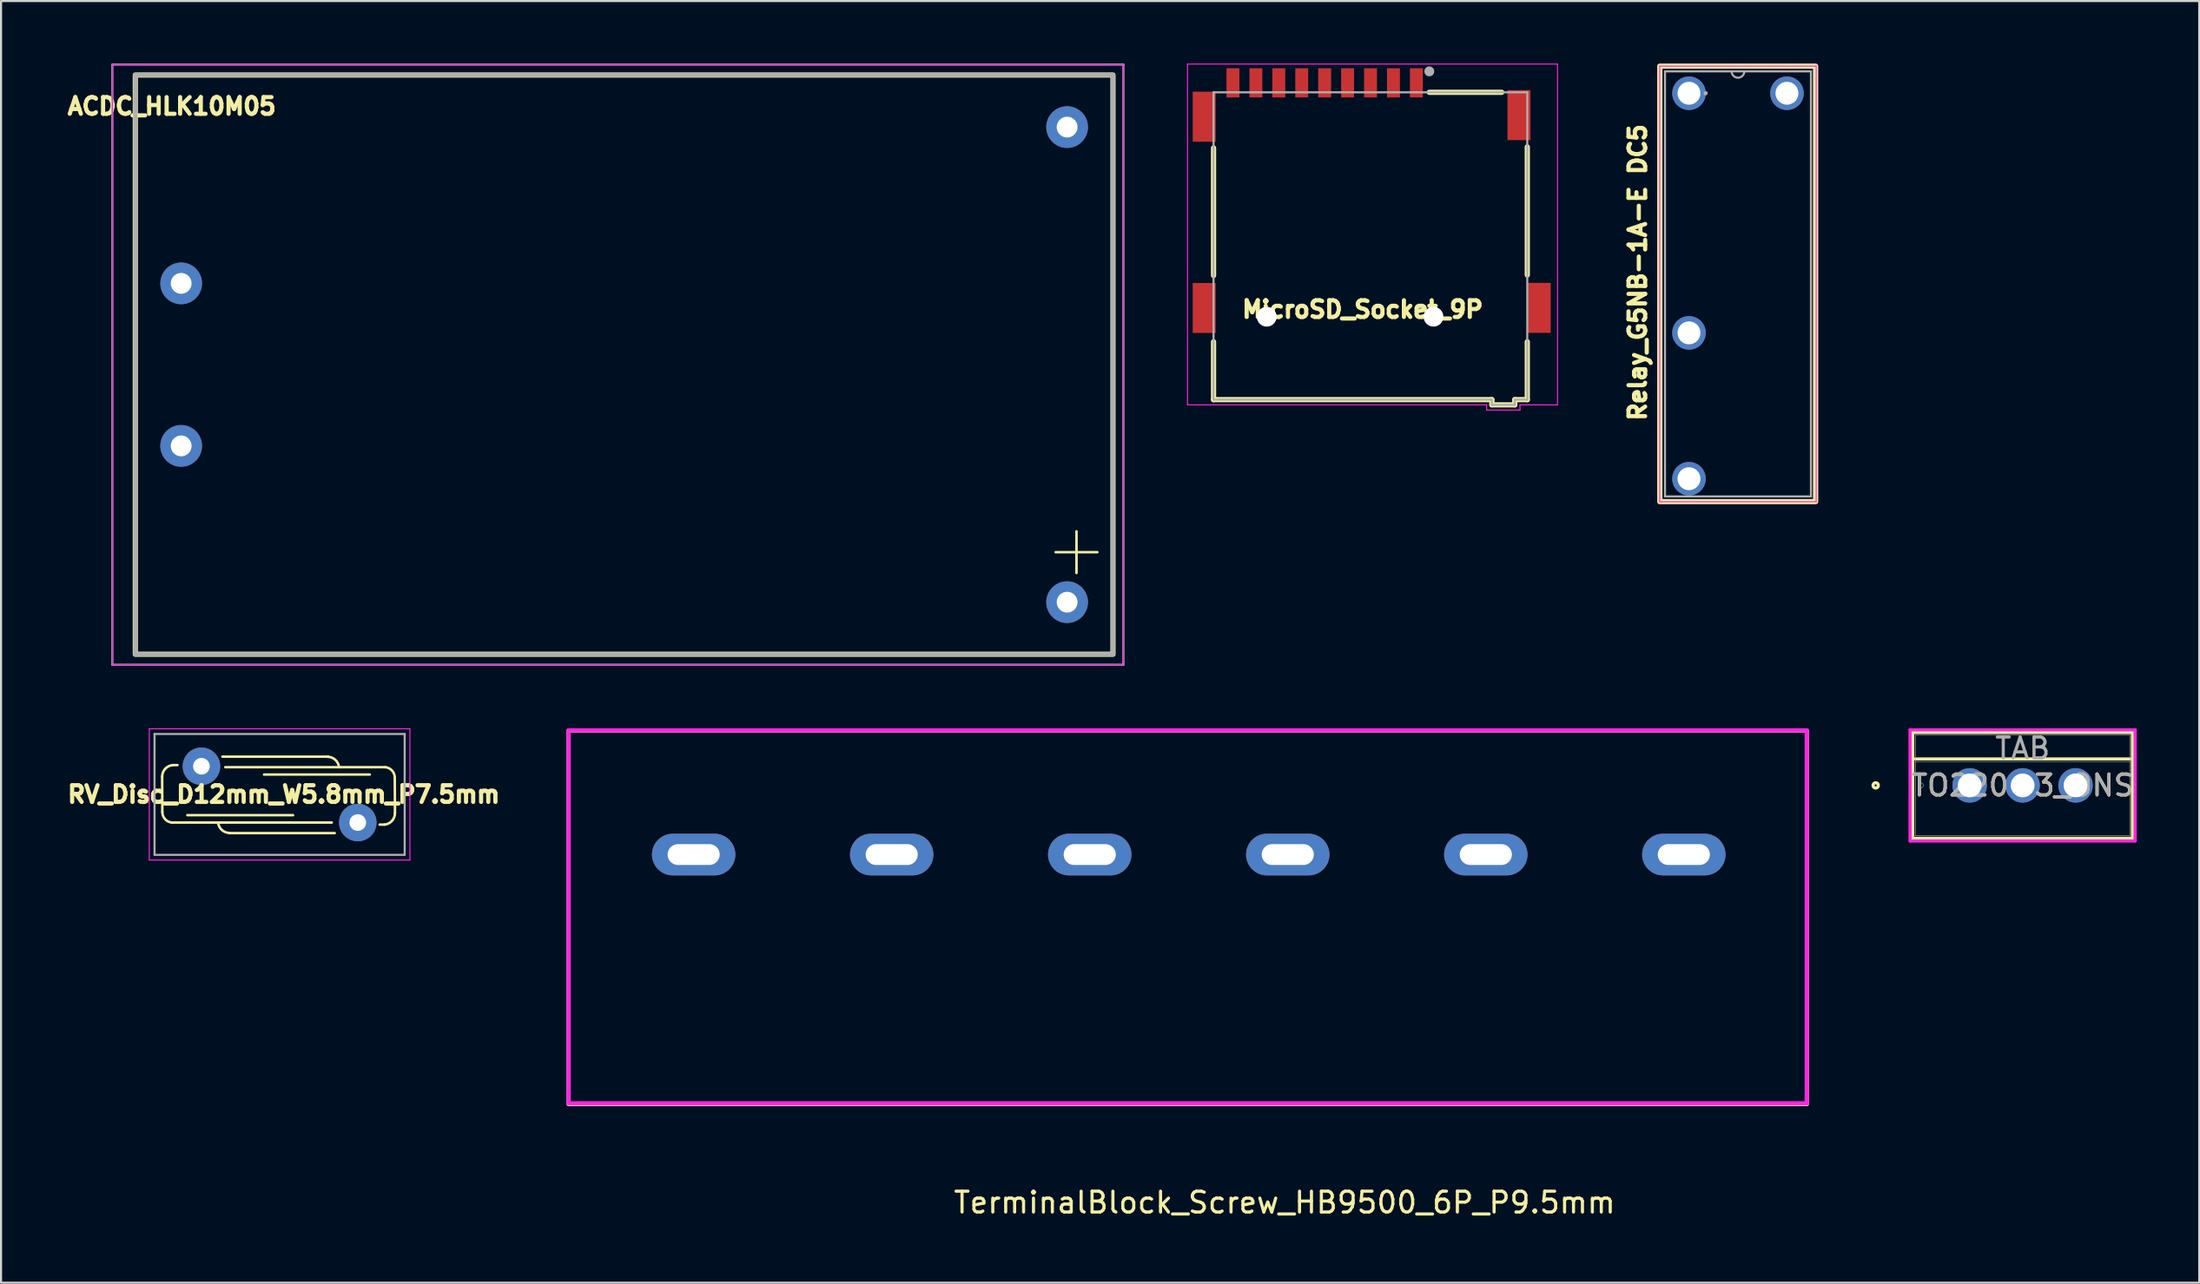
<source format=kicad_pcb>
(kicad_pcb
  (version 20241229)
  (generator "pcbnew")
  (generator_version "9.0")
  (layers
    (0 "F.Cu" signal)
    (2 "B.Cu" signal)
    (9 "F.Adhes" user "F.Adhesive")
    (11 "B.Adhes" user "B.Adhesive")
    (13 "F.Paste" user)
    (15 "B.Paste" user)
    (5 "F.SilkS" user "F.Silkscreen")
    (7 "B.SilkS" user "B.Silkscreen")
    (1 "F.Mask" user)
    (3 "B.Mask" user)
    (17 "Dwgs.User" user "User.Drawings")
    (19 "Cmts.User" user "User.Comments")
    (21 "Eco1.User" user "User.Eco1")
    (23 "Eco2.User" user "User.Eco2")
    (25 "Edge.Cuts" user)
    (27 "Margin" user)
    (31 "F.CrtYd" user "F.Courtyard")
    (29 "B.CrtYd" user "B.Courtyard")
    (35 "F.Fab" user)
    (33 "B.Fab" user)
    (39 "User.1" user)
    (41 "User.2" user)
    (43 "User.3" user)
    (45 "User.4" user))
  (footprint "ACDC_HLK10M05"
    (layer "F.Cu")
    (at 26.591 14.45)
    (property "Reference" "ACDC_HLK10M05" (at -21.4 -12.4 0) (layer "F.SilkS") (effects (font (size 0.8 0.8) (thickness 0.2))))
    (attr through_hole)
    (fp_line (start -23.15 -13.9) (end 23.75 -13.9) (stroke (width 0.1) (type solid)) (layer "F.SilkS"))
    (fp_line (start -23.15 13.9) (end -23.15 -13.9) (stroke (width 0.1) (type solid)) (layer "F.SilkS"))
    (fp_line (start 21 9) (end 23 9) (stroke (width 0.12) (type default)) (layer "F.SilkS"))
    (fp_line (start 22 8) (end 22 10) (stroke (width 0.12) (type default)) (layer "F.SilkS"))
    (fp_line (start 23.75 -13.9) (end 23.75 13.9) (stroke (width 0.1) (type solid)) (layer "F.SilkS"))
    (fp_line (start 23.75 13.9) (end -23.15 13.9) (stroke (width 0.1) (type solid)) (layer "F.SilkS"))
    (fp_rect (start -23.15 -13.9) (end 23.75 13.9) (stroke (width 0.25) (type default)) (fill no) (layer "F.SilkS"))
    (fp_rect (start -24.25 -14.4) (end 24.25 14.4) (stroke (width 0.05) (type default)) (fill no) (layer "F.CrtYd"))
    (fp_line (start -24.25 -14.4) (end 24.25 -14.4) (stroke (width 0.1) (type solid)) (layer "F.Fab"))
    (fp_line (start -24.25 14.4) (end -24.25 -14.4) (stroke (width 0.1) (type solid)) (layer "F.Fab"))
    (fp_line (start -23.15 -13.9) (end 23.75 -13.9) (stroke (width 0.2) (type solid)) (layer "F.Fab"))
    (fp_line (start -23.15 13.9) (end -23.15 -13.9) (stroke (width 0.2) (type solid)) (layer "F.Fab"))
    (fp_line (start 23.75 -13.9) (end 23.75 13.9) (stroke (width 0.2) (type solid)) (layer "F.Fab"))
    (fp_line (start 23.75 13.9) (end -23.15 13.9) (stroke (width 0.2) (type solid)) (layer "F.Fab"))
    (fp_line (start 24.25 -14.4) (end 24.25 14.4) (stroke (width 0.1) (type solid)) (layer "F.Fab"))
    (fp_line (start 24.25 14.4) (end -24.25 14.4) (stroke (width 0.1) (type solid)) (layer "F.Fab"))
    (pad "1" thru_hole circle (at -20.95 -3.9) (size 2 2) (drill 1) (layers "*.Cu" "*.Mask"))
    (pad "2" thru_hole circle (at -20.95 3.9) (size 2 2) (drill 1) (layers "*.Cu" "*.Mask"))
    (pad "3" thru_hole circle (at 21.55 -11.4) (size 2 2) (drill 1) (layers "*.Cu" "*.Mask"))
    (pad "4" thru_hole circle (at 21.55 11.4) (size 2 2) (drill 1) (layers "*.Cu" "*.Mask")))
  (footprint "TerminalBlock_Screw_HB9500_6P_P9.5mm"
    (layer "F.Cu")
    (at 53.976 43.15)
    (property "Reference" "TerminalBlock_Screw_HB9500_6P_P9.5mm" (at 4.6 11.512 0) (layer "F.SilkS") (effects (font (size 1 1) (thickness 0.15))))
    (attr through_hole)
    (fp_rect (start -29.75 -11.137) (end 29.65 6.787) (stroke (width 0.2) (type solid)) (fill no) (layer "F.SilkS"))
    (fp_rect (start -29.75 -11.15) (end 29.65 6.75) (stroke (width 0.2) (type solid)) (fill no) (layer "F.CrtYd"))
    (pad "1" thru_hole oval (at -23.75 -5.188) (size 4 2) (drill oval 2.5 1) (layers "*.Cu" "*.Mask"))
    (pad "2" thru_hole oval (at -14.25 -5.188) (size 4 2) (drill oval 2.5 1) (layers "*.Cu" "*.Mask"))
    (pad "3" thru_hole oval (at -4.75 -5.188) (size 4 2) (drill oval 2.5 1) (layers "*.Cu" "*.Mask"))
    (pad "4" thru_hole oval (at 4.75 -5.188) (size 4 2) (drill oval 2.5 1) (layers "*.Cu" "*.Mask"))
    (pad "5" thru_hole oval (at 14.25 -5.188) (size 4 2) (drill oval 2.5 1) (layers "*.Cu" "*.Mask"))
    (pad "6" thru_hole oval (at 23.75 -5.188) (size 4 2) (drill oval 2.5 1) (layers "*.Cu" "*.Mask")))
  (footprint "TO220-3_ONS"
    (layer "F.Cu")
    (at 91.437 34.643)
    (property "Reference" "TO220-3_ONS" (at 2.54 0 0) (unlocked yes) (layer "F.SilkS") (effects (font (size 1 1) (thickness 0.15))))
    (attr through_hole)
    (fp_line (start -2.731 -2.54) (end -2.731 2.54) (stroke (width 0.152) (type solid)) (layer "F.SilkS"))
    (fp_line (start -2.731 2.54) (end 7.811 2.54) (stroke (width 0.152) (type solid)) (layer "F.SilkS"))
    (fp_line (start -2.603 -1.27) (end 7.684 -1.27) (stroke (width 0.152) (type solid)) (layer "F.SilkS"))
    (fp_line (start 7.811 -2.54) (end -2.731 -2.54) (stroke (width 0.152) (type solid)) (layer "F.SilkS"))
    (fp_line (start 7.811 2.54) (end 7.811 -2.54) (stroke (width 0.152) (type solid)) (layer "F.SilkS"))
    (fp_circle (center -4.508 0) (end -4.381 0) (stroke (width 0.152) (type solid)) (fill no) (layer "F.SilkS"))
    (fp_line (start -2.857 -2.667) (end -2.857 2.667) (stroke (width 0.152) (type solid)) (layer "F.CrtYd"))
    (fp_line (start -2.857 2.667) (end 7.938 2.667) (stroke (width 0.152) (type solid)) (layer "F.CrtYd"))
    (fp_line (start 7.938 -2.667) (end -2.857 -2.667) (stroke (width 0.152) (type solid)) (layer "F.CrtYd"))
    (fp_line (start 7.938 2.667) (end 7.938 -2.667) (stroke (width 0.152) (type solid)) (layer "F.CrtYd"))
    (fp_line (start -2.603 -2.413) (end -2.603 2.413) (stroke (width 0.025) (type solid)) (layer "F.Fab"))
    (fp_line (start -2.603 -1.143) (end 7.684 -1.143) (stroke (width 0.025) (type solid)) (layer "F.Fab"))
    (fp_line (start -2.603 2.413) (end 7.684 2.413) (stroke (width 0.025) (type solid)) (layer "F.Fab"))
    (fp_line (start 7.684 -2.413) (end -2.603 -2.413) (stroke (width 0.025) (type solid)) (layer "F.Fab"))
    (fp_line (start 7.684 2.413) (end 7.684 -2.413) (stroke (width 0.025) (type solid)) (layer "F.Fab"))
    (fp_circle (center -2.349 0) (end -2.223 0) (stroke (width 0.025) (type solid)) (fill no) (layer "F.Fab"))
    (fp_text user "TAB" (at 2.54 -1.778 0) (unlocked yes) (layer "F.Fab") (effects (font (size 1 1) (thickness 0.15))))
    (fp_text user "${REFERENCE}" (at 2.54 0 0) (unlocked yes) (layer "F.Fab") (effects (font (size 1 1) (thickness 0.15))))
    (pad "1" thru_hole circle (at 0 0) (size 1.651 1.651) (drill 1.143) (layers "*.Cu" "*.Mask"))
    (pad "2" thru_hole circle (at 2.54 0) (size 1.651 1.651) (drill 1.143) (layers "*.Cu" "*.Mask"))
    (pad "3" thru_hole circle (at 5.08 0) (size 1.651 1.651) (drill 1.143) (layers "*.Cu" "*.Mask")))
  (footprint "Relay_G5NB-1A-E DC5"
    (layer "F.Cu")
    (at 82.673 19.725)
    (property "Reference" "Relay_G5NB-1A-E DC5" (at -7.162 -9.7 90) (layer "F.SilkS") (effects (font (size 0.8 0.8) (thickness 0.2))))
    (attr through_hole)
    (fp_rect (start -6.1 -19.6) (end 1.375 1.3) (stroke (width 0.25) (type solid)) (fill no) (layer "F.SilkS"))
    (fp_line (start -6.104 -19.604) (end 1.404 -19.604) (stroke (width 0.05) (type solid)) (layer "F.CrtYd"))
    (fp_line (start -6.104 1.304) (end -6.104 -19.604) (stroke (width 0.05) (type solid)) (layer "F.CrtYd"))
    (fp_line (start 1.404 -19.604) (end 1.404 1.304) (stroke (width 0.05) (type solid)) (layer "F.CrtYd"))
    (fp_line (start 1.404 1.304) (end -6.104 1.304) (stroke (width 0.05) (type solid)) (layer "F.CrtYd"))
    (fp_line (start -5.85 -19.35) (end -5.85 1.05) (stroke (width 0.1) (type solid)) (layer "F.Fab"))
    (fp_line (start -5.85 1.05) (end 1.15 1.05) (stroke (width 0.1) (type solid)) (layer "F.Fab"))
    (fp_line (start 1.15 -19.35) (end -5.85 -19.35) (stroke (width 0.1) (type solid)) (layer "F.Fab"))
    (fp_line (start 1.15 1.05) (end 1.15 -19.35) (stroke (width 0.1) (type solid)) (layer "F.Fab"))
    (fp_arc (start -2.0452 -19.35) (mid -2.35 -19.0452) (end -2.6548 -19.35) (stroke (width 0.1) (type solid)) (layer "F.Fab"))
    (fp_circle (center -3.9 -18.3) (end -3.9 -18.3) (stroke (width 0.1) (type solid)) (fill no) (layer "F.Fab"))
    (pad "1" thru_hole circle (at -4.7 -18.3) (size 1.608 1.608) (drill 1.1) (layers "*.Cu" "*.Mask"))
    (pad "2" thru_hole circle (at -4.7 -6.8) (size 1.608 1.608) (drill 1.1) (layers "*.Cu" "*.Mask"))
    (pad "3" thru_hole circle (at -4.7 0.2) (size 1.608 1.608) (drill 1.1) (layers "*.Cu" "*.Mask"))
    (pad "4" thru_hole circle (at 0 -18.3) (size 1.608 1.608) (drill 1.1) (layers "*.Cu" "*.Mask")))
  (footprint "MicroSD_Socket_9P"
    (layer "F.Cu")
    (at 62.316 12.15)
    (property "Reference" "MicroSD_Socket_9P" (at 0 -0.35 0) (layer "F.SilkS") (effects (font (size 0.8 0.8) (thickness 0.3))))
    (attr smd)
    (fp_line (start -7.15 -1.975) (end -7.15 -8.1) (stroke (width 0.25) (type solid)) (layer "F.SilkS"))
    (fp_line (start -7.15 3.98) (end -7.15 1.2) (stroke (width 0.25) (type solid)) (layer "F.SilkS"))
    (fp_line (start -7.15 3.98) (end 6.2 3.98) (stroke (width 0.25) (type solid)) (layer "F.SilkS"))
    (fp_line (start 3.2 -10.77) (end 6.675 -10.77) (stroke (width 0.25) (type solid)) (layer "F.SilkS"))
    (fp_line (start 6.2 3.98) (end 6.2 4.23) (stroke (width 0.25) (type solid)) (layer "F.SilkS"))
    (fp_line (start 6.2 4.23) (end 7.3 4.23) (stroke (width 0.25) (type solid)) (layer "F.SilkS"))
    (fp_line (start 7.3 3.98) (end 7.9 3.98) (stroke (width 0.25) (type solid)) (layer "F.SilkS"))
    (fp_line (start 7.3 4.23) (end 7.3 3.98) (stroke (width 0.25) (type solid)) (layer "F.SilkS"))
    (fp_line (start 7.9 -2) (end 7.9 -8.15) (stroke (width 0.25) (type solid)) (layer "F.SilkS"))
    (fp_line (start 7.9 3.98) (end 7.9 1.2) (stroke (width 0.25) (type solid)) (layer "F.SilkS"))
    (fp_line (start -8.4 -12.125) (end 9.35 -12.125) (stroke (width 0.05) (type solid)) (layer "F.CrtYd"))
    (fp_line (start -8.4 4.23) (end -8.4 -12.125) (stroke (width 0.05) (type solid)) (layer "F.CrtYd"))
    (fp_line (start -8.4 4.23) (end 5.95 4.23) (stroke (width 0.05) (type solid)) (layer "F.CrtYd"))
    (fp_line (start 5.95 4.23) (end 5.95 4.48) (stroke (width 0.05) (type solid)) (layer "F.CrtYd"))
    (fp_line (start 5.95 4.48) (end 7.55 4.48) (stroke (width 0.05) (type solid)) (layer "F.CrtYd"))
    (fp_line (start 7.55 4.23) (end 9.35 4.23) (stroke (width 0.05) (type solid)) (layer "F.CrtYd"))
    (fp_line (start 7.55 4.48) (end 7.55 4.23) (stroke (width 0.05) (type solid)) (layer "F.CrtYd"))
    (fp_line (start 9.35 -12.125) (end 9.35 4.23) (stroke (width 0.05) (type solid)) (layer "F.CrtYd"))
    (fp_line (start -7.15 -10.77) (end 7.9 -10.77) (stroke (width 0.1) (type solid)) (layer "F.Fab"))
    (fp_line (start -7.15 3.98) (end -7.15 -10.77) (stroke (width 0.1) (type solid)) (layer "F.Fab"))
    (fp_line (start -7.15 3.98) (end 6.2 3.98) (stroke (width 0.1) (type solid)) (layer "F.Fab"))
    (fp_line (start 6.2 3.98) (end 6.2 4.23) (stroke (width 0.1) (type solid)) (layer "F.Fab"))
    (fp_line (start 6.2 4.23) (end 7.3 4.23) (stroke (width 0.1) (type solid)) (layer "F.Fab"))
    (fp_line (start 7.3 3.98) (end 7.9 3.98) (stroke (width 0.1) (type solid)) (layer "F.Fab"))
    (fp_line (start 7.3 4.23) (end 7.3 3.98) (stroke (width 0.1) (type solid)) (layer "F.Fab"))
    (fp_line (start 7.9 3.98) (end 7.9 -10.77) (stroke (width 0.1) (type solid)) (layer "F.Fab"))
    (fp_circle (center 3.2 -11.775) (end 3.32 -11.775) (stroke (width 0.24) (type solid)) (fill no) (layer "F.Fab"))
    (pad "" np_thru_hole circle (at -4.6 0) (size 0.95 0.95) (drill 0.95) (layers "*.Cu" "*.Mask"))
    (pad "" np_thru_hole circle (at 3.4 0) (size 0.95 0.95) (drill 0.95) (layers "*.Cu" "*.Mask"))
    (pad "1" smd rect (at 2.58 -11.225) (size 0.62 1.4) (layers "F.Cu" "F.Mask" "F.Paste"))
    (pad "2" smd rect (at 1.48 -11.225) (size 0.62 1.4) (layers "F.Cu" "F.Mask" "F.Paste"))
    (pad "3" smd rect (at 0.38 -11.225) (size 0.62 1.4) (layers "F.Cu" "F.Mask" "F.Paste"))
    (pad "4" smd rect (at -0.72 -11.225) (size 0.62 1.4) (layers "F.Cu" "F.Mask" "F.Paste"))
    (pad "5" smd rect (at -1.82 -11.225) (size 0.62 1.4) (layers "F.Cu" "F.Mask" "F.Paste"))
    (pad "6" smd rect (at -2.92 -11.225) (size 0.62 1.4) (layers "F.Cu" "F.Mask" "F.Paste"))
    (pad "7" smd rect (at -4.02 -11.225) (size 0.62 1.4) (layers "F.Cu" "F.Mask" "F.Paste"))
    (pad "8" smd rect (at -5.12 -11.225) (size 0.62 1.4) (layers "F.Cu" "F.Mask" "F.Paste"))
    (pad "9" smd rect (at -6.22 -11.225) (size 0.62 1.4) (layers "F.Cu" "F.Mask" "F.Paste"))
    (pad "10" smd rect (at -7.6 -9.6) (size 1.1 2.4) (layers "F.Cu" "F.Mask" "F.Paste"))
    (pad "10" smd rect (at -7.6 -0.42) (size 1.1 2.4) (layers "F.Cu" "F.Mask" "F.Paste"))
    (pad "10" smd rect (at 7.5 -9.675) (size 1.1 2.4) (layers "F.Cu" "F.Mask" "F.Paste"))
    (pad "10" smd rect (at 8.475 -0.425) (size 1.1 2.4) (layers "F.Cu" "F.Mask" "F.Paste")))
  (footprint "RV_Disc_D12mm_W5.8mm_P7.5mm"
    (layer "F.Cu")
    (at 6.613 33.725)
    (property "Reference" "RV_Disc_D12mm_W5.8mm_P7.5mm" (at 3.95 1.35 0) (layer "F.SilkS") (effects (font (size 0.8 0.8) (thickness 0.2))))
    (attr through_hole)
    (fp_line (start -1.876 2.191) (end -1.884 0.499) (stroke (width 0.12) (type solid)) (layer "F.SilkS"))
    (fp_line (start -1.384 -0.055) (end -1.148 -0.055) (stroke (width 0.12) (type solid)) (layer "F.SilkS"))
    (fp_line (start 1.005 -0.462) (end 6.075 -0.462) (stroke (width 0.12) (type solid)) (layer "F.SilkS"))
    (fp_line (start 1.146 0.044) (end 8.821 0.044) (stroke (width 0.12) (type solid)) (layer "F.SilkS"))
    (fp_line (start 3.005 0.398) (end 8.075 0.398) (stroke (width 0.12) (type solid)) (layer "F.SilkS"))
    (fp_line (start 4.395 2.347) (end -0.675 2.347) (stroke (width 0.12) (type solid)) (layer "F.SilkS"))
    (fp_line (start 6.254 2.701) (end -1.421 2.701) (stroke (width 0.12) (type solid)) (layer "F.SilkS"))
    (fp_line (start 6.395 3.207) (end 1.325 3.207) (stroke (width 0.12) (type solid)) (layer "F.SilkS"))
    (fp_line (start 8.784 2.8) (end 8.548 2.8) (stroke (width 0.12) (type solid)) (layer "F.SilkS"))
    (fp_line (start 9.276 0.554) (end 9.284 2.246) (stroke (width 0.12) (type solid)) (layer "F.SilkS"))
    (fp_arc (start -1.883797 0.49919) (mid -1.74086 0.125544) (end -1.383797 -0.054865) (stroke (width 0.12) (type solid)) (layer "F.SilkS"))
    (fp_arc (start -1.420537 2.701119) (mid -1.747381 2.53475) (end -1.875537 2.19112) (stroke (width 0.12) (type solid)) (layer "F.SilkS"))
    (fp_arc (start 1.354055 3.2) (mid 0.980406 3.057066) (end 0.8 2.7) (stroke (width 0.12) (type solid)) (layer "F.SilkS"))
    (fp_arc (start 6.045945 -0.454865) (mid 6.419592 -0.31193) (end 6.6 0.045135) (stroke (width 0.12) (type solid)) (layer "F.SilkS"))
    (fp_arc (start 8.820537 0.044016) (mid 9.147366 0.210395) (end 9.275537 0.554015) (stroke (width 0.12) (type solid)) (layer "F.SilkS"))
    (fp_arc (start 9.283797 2.245945) (mid 9.140863 2.619593) (end 8.783797 2.8) (stroke (width 0.12) (type solid)) (layer "F.SilkS"))
    (fp_line (start -2.5 -1.8) (end -2.5 4.5) (stroke (width 0.05) (type solid)) (layer "F.CrtYd"))
    (fp_line (start -2.5 -1.8) (end 10 -1.8) (stroke (width 0.05) (type solid)) (layer "F.CrtYd"))
    (fp_line (start -2.5 4.5) (end 10 4.5) (stroke (width 0.05) (type solid)) (layer "F.CrtYd"))
    (fp_line (start 10 -1.8) (end 10 4.5) (stroke (width 0.05) (type solid)) (layer "F.CrtYd"))
    (fp_line (start -2.25 -1.55) (end -2.25 4.25) (stroke (width 0.1) (type solid)) (layer "F.Fab"))
    (fp_line (start -2.25 -1.55) (end 9.75 -1.55) (stroke (width 0.1) (type solid)) (layer "F.Fab"))
    (fp_line (start -2.25 4.25) (end 9.75 4.25) (stroke (width 0.1) (type solid)) (layer "F.Fab"))
    (fp_line (start 9.75 -1.55) (end 9.75 4.25) (stroke (width 0.1) (type solid)) (layer "F.Fab"))
    (pad "1" thru_hole circle (at 0 0) (size 1.8 1.8) (drill 0.8) (layers "*.Cu" "*.Mask"))
    (pad "2" thru_hole circle (at 7.5 2.7) (size 1.8 1.8) (drill 0.8) (layers "*.Cu" "*.Mask")))
  (gr_rect
    (start -3 -3)
    (end 102.451 58.511)
    (stroke (width 0.1) (type default))
    (fill no)
    (layer "Edge.Cuts")))
</source>
